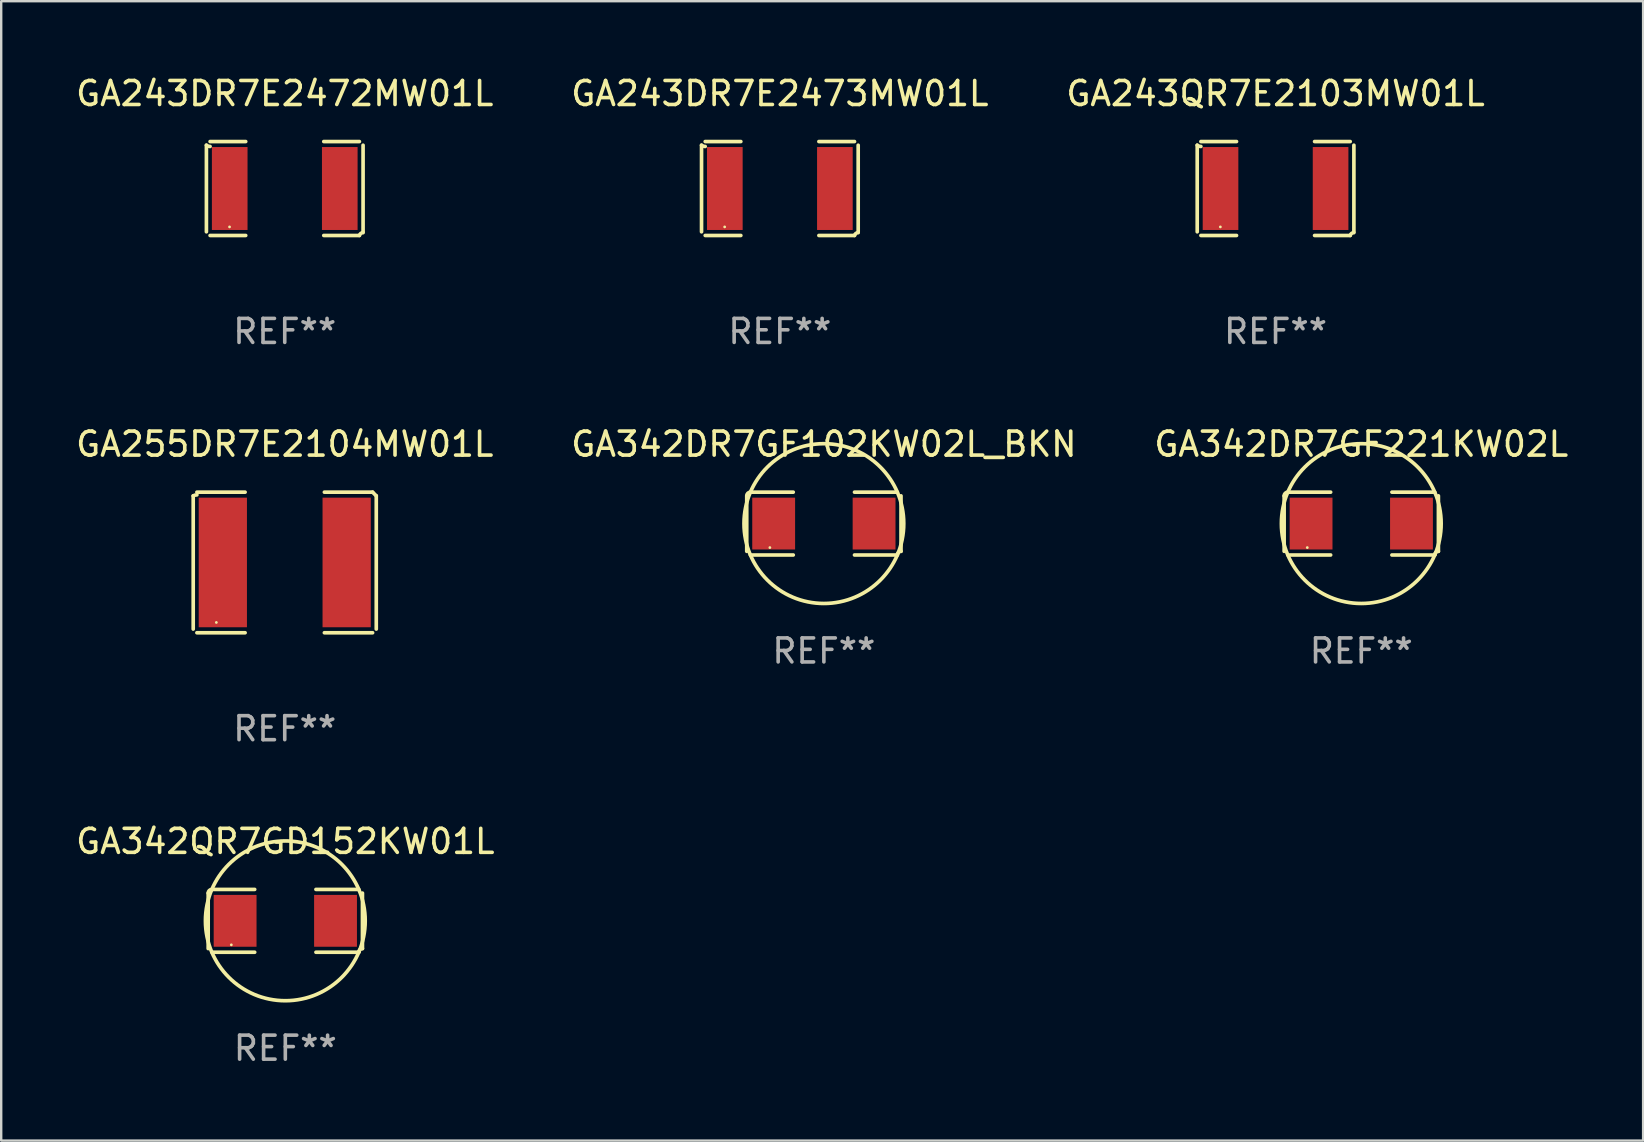
<source format=kicad_pcb>
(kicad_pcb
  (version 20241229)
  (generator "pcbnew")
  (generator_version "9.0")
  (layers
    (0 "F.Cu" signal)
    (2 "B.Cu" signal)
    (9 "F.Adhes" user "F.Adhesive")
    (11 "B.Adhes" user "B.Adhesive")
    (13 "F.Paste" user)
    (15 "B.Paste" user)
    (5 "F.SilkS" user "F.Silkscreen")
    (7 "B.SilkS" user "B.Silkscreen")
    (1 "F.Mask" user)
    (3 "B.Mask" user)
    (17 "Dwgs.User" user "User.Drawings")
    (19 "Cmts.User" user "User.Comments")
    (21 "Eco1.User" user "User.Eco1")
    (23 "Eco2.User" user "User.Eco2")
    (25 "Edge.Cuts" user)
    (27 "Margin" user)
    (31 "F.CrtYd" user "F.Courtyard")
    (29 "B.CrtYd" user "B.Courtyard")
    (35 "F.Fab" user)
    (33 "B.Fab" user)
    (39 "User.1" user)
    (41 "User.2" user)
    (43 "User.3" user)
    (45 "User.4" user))
  (footprint "GA342DR7GF221KW02L"
    (layer "F.Cu")
    (at 53.673 18.767)
    (property "Reference" "GA342DR7GF221KW02L" (at 0 -3.309 0) (layer "F.SilkS") (effects (font (size 1 1) (thickness 0.15))))
    (attr through_hole)
    (fp_line (start -3.214 -1.156) (end -3.214 1.156) (stroke (width 0.152) (type solid)) (layer "F.SilkS"))
    (fp_line (start -3.061 1.309) (end -1.276 1.309) (stroke (width 0.152) (type solid)) (layer "F.SilkS"))
    (fp_line (start -1.276 -1.309) (end -3.061 -1.309) (stroke (width 0.152) (type solid)) (layer "F.SilkS"))
    (fp_line (start 1.276 -1.309) (end 3.061 -1.309) (stroke (width 0.152) (type solid)) (layer "F.SilkS"))
    (fp_line (start 3.061 1.309) (end 1.276 1.309) (stroke (width 0.152) (type solid)) (layer "F.SilkS"))
    (fp_line (start 3.214 -1.156) (end 3.214 1.156) (stroke (width 0.152) (type solid)) (layer "F.SilkS"))
    (fp_arc (start -3.21359 -1.15621) (mid -3.168953 -1.263974) (end -3.061189 -1.308611) (stroke (width 0.1524) (type solid)) (layer "F.SilkS"))
    (fp_arc (start 3.061188 1.308611) (mid 3.105825 1.200847) (end 3.213589 1.15621) (stroke (width 0.1524) (type solid)) (layer "F.SilkS"))
    (fp_arc (start 3.061189 -1.308611) (mid -3.061167 1.308589) (end 3.061189 -1.308611) (stroke (width 0.1524) (type solid)) (layer "F.SilkS"))
    (fp_circle (center -2.25 1) (end -2.22 1) (stroke (width 0.06) (type solid)) (fill no) (layer "F.SilkS"))
    (fp_text user "REF**" (at 0 5.309 0) (layer "F.Fab") (effects (font (size 1 1) (thickness 0.15))))
    (pad "1" smd rect (at -2.092 0) (size 1.785 2.16) (layers "F.Cu" "F.Mask" "F.Paste"))
    (pad "2" smd rect (at 2.092 0) (size 1.785 2.16) (layers "F.Cu" "F.Mask" "F.Paste")))
  (footprint "GA342DR7GF102KW02L_BKN"
    (layer "F.Cu")
    (at 31.28 18.767)
    (property "Reference" "GA342DR7GF102KW02L_BKN" (at 0 -3.309 0) (layer "F.SilkS") (effects (font (size 1 1) (thickness 0.15))))
    (attr through_hole)
    (fp_line (start -3.214 -1.156) (end -3.214 1.156) (stroke (width 0.152) (type solid)) (layer "F.SilkS"))
    (fp_line (start -3.061 1.309) (end -1.276 1.309) (stroke (width 0.152) (type solid)) (layer "F.SilkS"))
    (fp_line (start -1.276 -1.309) (end -3.061 -1.309) (stroke (width 0.152) (type solid)) (layer "F.SilkS"))
    (fp_line (start 1.276 -1.309) (end 3.061 -1.309) (stroke (width 0.152) (type solid)) (layer "F.SilkS"))
    (fp_line (start 3.061 1.309) (end 1.276 1.309) (stroke (width 0.152) (type solid)) (layer "F.SilkS"))
    (fp_line (start 3.214 -1.156) (end 3.214 1.156) (stroke (width 0.152) (type solid)) (layer "F.SilkS"))
    (fp_arc (start -3.21359 -1.15621) (mid -3.168953 -1.263974) (end -3.061189 -1.308611) (stroke (width 0.1524) (type solid)) (layer "F.SilkS"))
    (fp_arc (start 3.061188 1.308611) (mid 3.105825 1.200847) (end 3.213589 1.15621) (stroke (width 0.1524) (type solid)) (layer "F.SilkS"))
    (fp_arc (start 3.061189 -1.308611) (mid -3.061167 1.308589) (end 3.061189 -1.308611) (stroke (width 0.1524) (type solid)) (layer "F.SilkS"))
    (fp_circle (center -2.25 1) (end -2.22 1) (stroke (width 0.06) (type solid)) (fill no) (layer "F.SilkS"))
    (fp_text user "REF**" (at 0 5.309 0) (layer "F.Fab") (effects (font (size 1 1) (thickness 0.15))))
    (pad "1" smd rect (at -2.092 0) (size 1.785 2.16) (layers "F.Cu" "F.Mask" "F.Paste"))
    (pad "2" smd rect (at 2.092 0) (size 1.785 2.16) (layers "F.Cu" "F.Mask" "F.Paste")))
  (footprint "GA243DR7E2472MW01L"
    (layer "F.Cu")
    (at 8.815 4.805)
    (property "Reference" "GA243DR7E2472MW01L" (at 0 -3.957 0) (layer "F.SilkS") (effects (font (size 1 1) (thickness 0.15))))
    (attr through_hole)
    (fp_line (start -3.264 1.804) (end -3.264 -1.804) (stroke (width 0.152) (type solid)) (layer "F.SilkS"))
    (fp_line (start -3.111 -1.957) (end -1.626 -1.957) (stroke (width 0.152) (type solid)) (layer "F.SilkS"))
    (fp_line (start -1.626 1.957) (end -3.111 1.957) (stroke (width 0.152) (type solid)) (layer "F.SilkS"))
    (fp_line (start 1.626 1.957) (end 3.111 1.957) (stroke (width 0.152) (type solid)) (layer "F.SilkS"))
    (fp_line (start 3.111 -1.957) (end 1.626 -1.957) (stroke (width 0.152) (type solid)) (layer "F.SilkS"))
    (fp_line (start 3.264 1.804) (end 3.264 -1.804) (stroke (width 0.152) (type solid)) (layer "F.SilkS"))
    (fp_arc (start -3.111202 -1.752192) (mid -3.191715 -1.76555) (end -3.263602 -1.804191) (stroke (width 0.1524) (type solid)) (layer "F.SilkS"))
    (fp_arc (start 3.111201 1.956591) (mid 3.167789 1.872777) (end 3.263602 1.840424) (stroke (width 0.1524) (type solid)) (layer "F.SilkS"))
    (fp_circle (center -2.3 1.6) (end -2.27 1.6) (stroke (width 0.06) (type solid)) (fill no) (layer "F.SilkS"))
    (fp_text user "REF**" (at 0 5.957 0) (layer "F.Fab") (effects (font (size 1 1) (thickness 0.15))))
    (pad "1" smd rect (at -2.293 0) (size 1.485 3.456) (layers "F.Cu" "F.Mask" "F.Paste"))
    (pad "2" smd rect (at 2.293 0) (size 1.485 3.456) (layers "F.Cu" "F.Mask" "F.Paste")))
  (footprint "GA243DR7E2473MW01L"
    (layer "F.Cu")
    (at 29.446 4.805)
    (property "Reference" "GA243DR7E2473MW01L" (at 0 -3.957 0) (layer "F.SilkS") (effects (font (size 1 1) (thickness 0.15))))
    (attr through_hole)
    (fp_line (start -3.264 1.804) (end -3.264 -1.804) (stroke (width 0.152) (type solid)) (layer "F.SilkS"))
    (fp_line (start -3.111 -1.957) (end -1.626 -1.957) (stroke (width 0.152) (type solid)) (layer "F.SilkS"))
    (fp_line (start -1.626 1.957) (end -3.111 1.957) (stroke (width 0.152) (type solid)) (layer "F.SilkS"))
    (fp_line (start 1.626 1.957) (end 3.111 1.957) (stroke (width 0.152) (type solid)) (layer "F.SilkS"))
    (fp_line (start 3.111 -1.957) (end 1.626 -1.957) (stroke (width 0.152) (type solid)) (layer "F.SilkS"))
    (fp_line (start 3.264 1.804) (end 3.264 -1.804) (stroke (width 0.152) (type solid)) (layer "F.SilkS"))
    (fp_arc (start -3.111202 -1.752192) (mid -3.191715 -1.76555) (end -3.263602 -1.804191) (stroke (width 0.1524) (type solid)) (layer "F.SilkS"))
    (fp_arc (start 3.111201 1.956591) (mid 3.167789 1.872777) (end 3.263602 1.840424) (stroke (width 0.1524) (type solid)) (layer "F.SilkS"))
    (fp_circle (center -2.3 1.6) (end -2.27 1.6) (stroke (width 0.06) (type solid)) (fill no) (layer "F.SilkS"))
    (fp_text user "REF**" (at 0 5.957 0) (layer "F.Fab") (effects (font (size 1 1) (thickness 0.15))))
    (pad "1" smd rect (at -2.293 0) (size 1.485 3.456) (layers "F.Cu" "F.Mask" "F.Paste"))
    (pad "2" smd rect (at 2.293 0) (size 1.485 3.456) (layers "F.Cu" "F.Mask" "F.Paste")))
  (footprint "GA342QR7GD152KW01L"
    (layer "F.Cu")
    (at 8.839 35.32)
    (property "Reference" "GA342QR7GD152KW01L" (at 0 -3.309 0) (layer "F.SilkS") (effects (font (size 1 1) (thickness 0.15))))
    (attr through_hole)
    (fp_line (start -3.214 -1.156) (end -3.214 1.156) (stroke (width 0.152) (type solid)) (layer "F.SilkS"))
    (fp_line (start -3.061 1.309) (end -1.276 1.309) (stroke (width 0.152) (type solid)) (layer "F.SilkS"))
    (fp_line (start -1.276 -1.309) (end -3.061 -1.309) (stroke (width 0.152) (type solid)) (layer "F.SilkS"))
    (fp_line (start 1.276 -1.309) (end 3.061 -1.309) (stroke (width 0.152) (type solid)) (layer "F.SilkS"))
    (fp_line (start 3.061 1.309) (end 1.276 1.309) (stroke (width 0.152) (type solid)) (layer "F.SilkS"))
    (fp_line (start 3.214 -1.156) (end 3.214 1.156) (stroke (width 0.152) (type solid)) (layer "F.SilkS"))
    (fp_arc (start -3.21359 -1.15621) (mid -3.168953 -1.263974) (end -3.061189 -1.308611) (stroke (width 0.1524) (type solid)) (layer "F.SilkS"))
    (fp_arc (start 3.061188 1.308611) (mid 3.105825 1.200847) (end 3.213589 1.15621) (stroke (width 0.1524) (type solid)) (layer "F.SilkS"))
    (fp_arc (start 3.061189 -1.308611) (mid -3.061167 1.308589) (end 3.061189 -1.308611) (stroke (width 0.1524) (type solid)) (layer "F.SilkS"))
    (fp_circle (center -2.25 1) (end -2.22 1) (stroke (width 0.06) (type solid)) (fill no) (layer "F.SilkS"))
    (fp_text user "REF**" (at 0 5.309 0) (layer "F.Fab") (effects (font (size 1 1) (thickness 0.15))))
    (pad "1" smd rect (at -2.092 0) (size 1.785 2.16) (layers "F.Cu" "F.Mask" "F.Paste"))
    (pad "2" smd rect (at 2.092 0) (size 1.785 2.16) (layers "F.Cu" "F.Mask" "F.Paste")))
  (footprint "GA255DR7E2104MW01L"
    (layer "F.Cu")
    (at 8.815 20.387)
    (property "Reference" "GA255DR7E2104MW01L" (at 0 -4.929 0) (layer "F.SilkS") (effects (font (size 1 1) (thickness 0.15))))
    (attr through_hole)
    (fp_line (start -3.814 2.776) (end -3.814 -2.776) (stroke (width 0.152) (type solid)) (layer "F.SilkS"))
    (fp_line (start -3.661 -2.929) (end -1.651 -2.929) (stroke (width 0.152) (type solid)) (layer "F.SilkS"))
    (fp_line (start -1.651 2.929) (end -3.661 2.929) (stroke (width 0.152) (type solid)) (layer "F.SilkS"))
    (fp_line (start 1.651 2.929) (end 3.661 2.929) (stroke (width 0.152) (type solid)) (layer "F.SilkS"))
    (fp_line (start 3.661 -2.929) (end 1.651 -2.929) (stroke (width 0.152) (type solid)) (layer "F.SilkS"))
    (fp_line (start 3.814 2.776) (end 3.814 -2.776) (stroke (width 0.152) (type solid)) (layer "F.SilkS"))
    (fp_arc (start -3.813614 -2.7762) (mid -3.739925 -2.805625) (end -3.661214 -2.815646) (stroke (width 0.1524) (type solid)) (layer "F.SilkS"))
    (fp_arc (start 3.661214 -2.9286) (mid 3.737425 -2.852411) (end 3.813614 -2.7762) (stroke (width 0.1524) (type solid)) (layer "F.SilkS"))
    (fp_circle (center -2.85 2.5) (end -2.82 2.5) (stroke (width 0.06) (type solid)) (fill no) (layer "F.SilkS"))
    (fp_text user "REF**" (at 0 6.929 0) (layer "F.Fab") (effects (font (size 1 1) (thickness 0.15))))
    (pad "1" smd rect (at -2.58 0) (size 2.01 5.4) (layers "F.Cu" "F.Mask" "F.Paste"))
    (pad "2" smd rect (at 2.58 0) (size 2.01 5.4) (layers "F.Cu" "F.Mask" "F.Paste")))
  (footprint "GA243QR7E2103MW01L"
    (layer "F.Cu")
    (at 50.101 4.805)
    (property "Reference" "GA243QR7E2103MW01L" (at 0 -3.957 0) (layer "F.SilkS") (effects (font (size 1 1) (thickness 0.15))))
    (attr through_hole)
    (fp_line (start -3.264 1.804) (end -3.264 -1.804) (stroke (width 0.152) (type solid)) (layer "F.SilkS"))
    (fp_line (start -3.111 -1.957) (end -1.626 -1.957) (stroke (width 0.152) (type solid)) (layer "F.SilkS"))
    (fp_line (start -1.626 1.957) (end -3.111 1.957) (stroke (width 0.152) (type solid)) (layer "F.SilkS"))
    (fp_line (start 1.626 1.957) (end 3.111 1.957) (stroke (width 0.152) (type solid)) (layer "F.SilkS"))
    (fp_line (start 3.111 -1.957) (end 1.626 -1.957) (stroke (width 0.152) (type solid)) (layer "F.SilkS"))
    (fp_line (start 3.264 1.804) (end 3.264 -1.804) (stroke (width 0.152) (type solid)) (layer "F.SilkS"))
    (fp_arc (start -3.111202 -1.752192) (mid -3.191715 -1.76555) (end -3.263602 -1.804191) (stroke (width 0.1524) (type solid)) (layer "F.SilkS"))
    (fp_arc (start 3.111201 1.956591) (mid 3.167789 1.872777) (end 3.263602 1.840424) (stroke (width 0.1524) (type solid)) (layer "F.SilkS"))
    (fp_circle (center -2.3 1.6) (end -2.27 1.6) (stroke (width 0.06) (type solid)) (fill no) (layer "F.SilkS"))
    (fp_text user "REF**" (at 0 5.957 0) (layer "F.Fab") (effects (font (size 1 1) (thickness 0.15))))
    (pad "1" smd rect (at -2.293 0) (size 1.485 3.456) (layers "F.Cu" "F.Mask" "F.Paste"))
    (pad "2" smd rect (at 2.293 0) (size 1.485 3.456) (layers "F.Cu" "F.Mask" "F.Paste")))
  (gr_rect
    (start -3 -3)
    (end 65.417 44.477)
    (stroke (width 0.1) (type default))
    (fill no)
    (layer "Edge.Cuts")))
</source>
